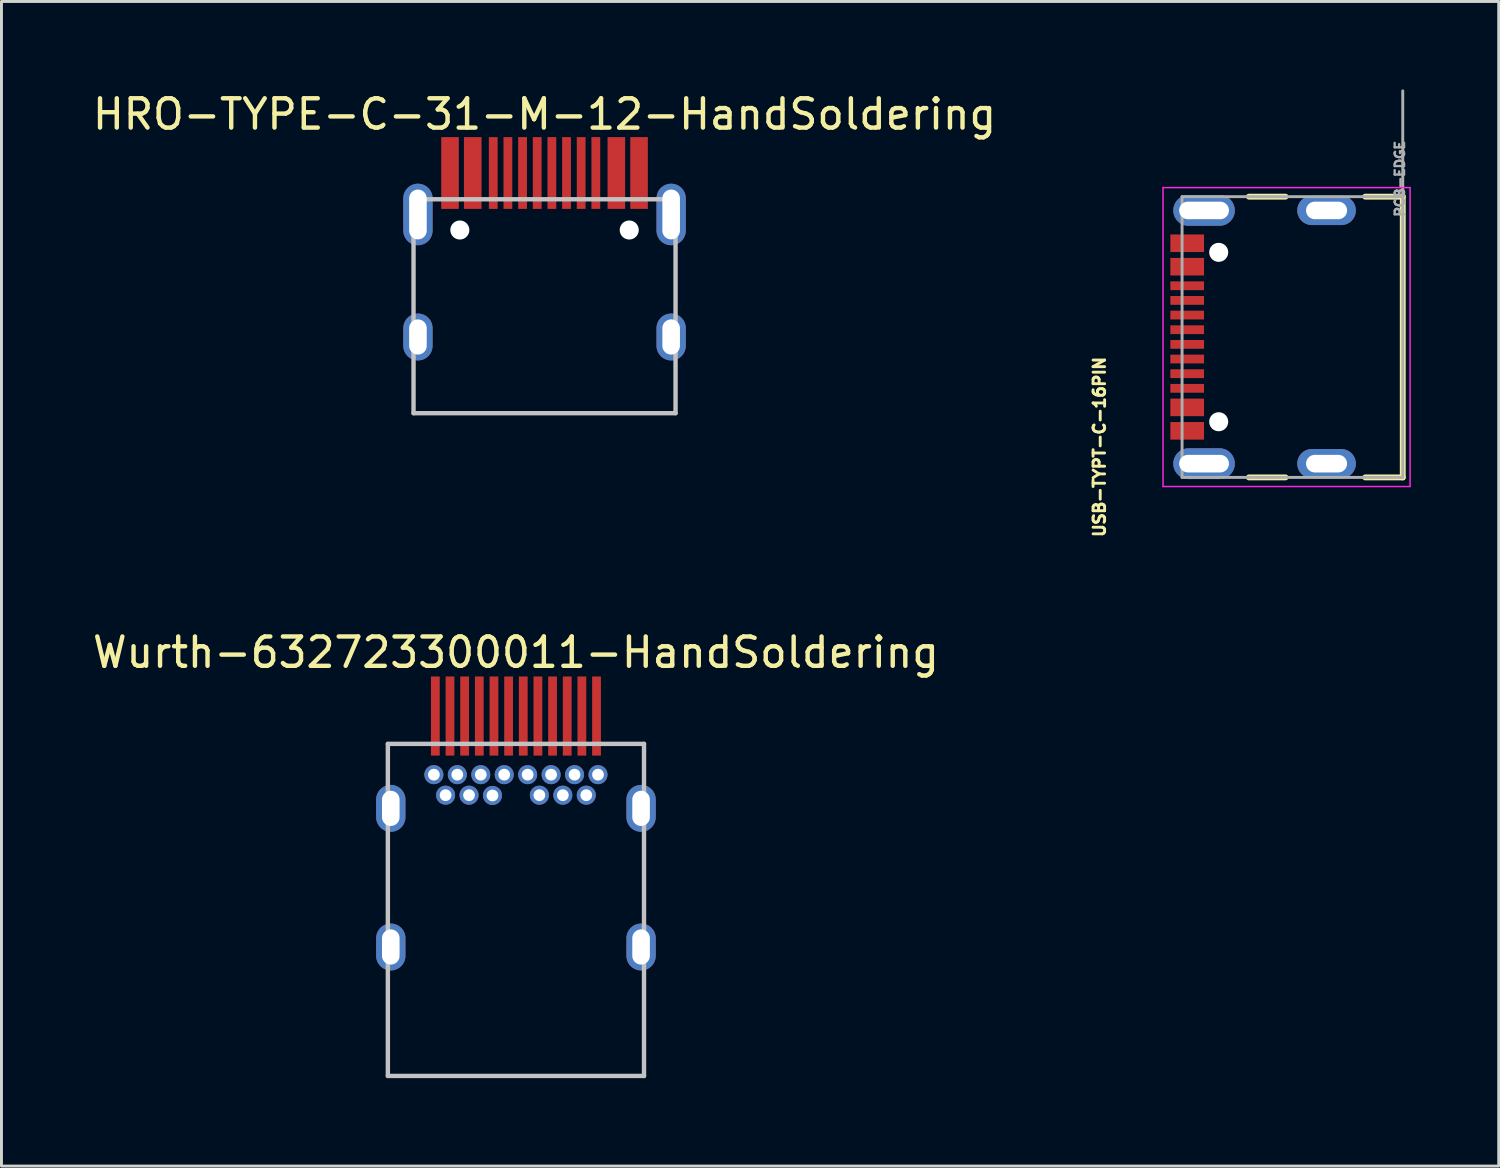
<source format=kicad_pcb>
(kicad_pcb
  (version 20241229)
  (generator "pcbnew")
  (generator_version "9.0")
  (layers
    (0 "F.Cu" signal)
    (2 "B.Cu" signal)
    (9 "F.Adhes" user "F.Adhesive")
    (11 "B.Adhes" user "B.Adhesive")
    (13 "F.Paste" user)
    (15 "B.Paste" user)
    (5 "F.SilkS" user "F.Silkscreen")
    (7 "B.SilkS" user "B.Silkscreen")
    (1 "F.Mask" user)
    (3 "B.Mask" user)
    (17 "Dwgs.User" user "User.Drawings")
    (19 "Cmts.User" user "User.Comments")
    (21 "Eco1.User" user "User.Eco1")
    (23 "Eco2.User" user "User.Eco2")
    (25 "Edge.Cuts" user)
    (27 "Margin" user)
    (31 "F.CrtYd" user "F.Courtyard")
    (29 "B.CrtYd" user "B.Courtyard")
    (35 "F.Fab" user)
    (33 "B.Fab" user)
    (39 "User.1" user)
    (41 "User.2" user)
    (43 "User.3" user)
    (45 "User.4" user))
  (footprint "Wurth-632723300011-HandSoldering"
    (layer "F.Cu")
    (at 14.554 32.712)
    (property "Reference" "Wurth-632723300011-HandSoldering" (at 0 -13.5 0) (layer "F.SilkS") (effects (font (size 1 1) (thickness 0.15))))
    (attr smd)
    (fp_line (start -4.37 -10.38) (end 4.37 -10.38) (stroke (width 0.15) (type solid)) (layer "Dwgs.User"))
    (fp_line (start -4.37 0.95) (end -4.37 -10.38) (stroke (width 0.15) (type solid)) (layer "Dwgs.User"))
    (fp_line (start -4.37 0.95) (end 4.37 0.95) (stroke (width 0.15) (type solid)) (layer "Dwgs.User"))
    (fp_line (start 4.37 0.95) (end 4.37 -10.38) (stroke (width 0.15) (type solid)) (layer "Dwgs.User"))
    (pad "1" smd rect (at -2.75 -11.33) (size 0.3 2.7) (layers "F.Cu" "F.Mask" "F.Paste"))
    (pad "2" smd rect (at -2.25 -11.33) (size 0.3 2.7) (layers "F.Cu" "F.Mask" "F.Paste"))
    (pad "3" smd rect (at -1.75 -11.33) (size 0.3 2.7) (layers "F.Cu" "F.Mask" "F.Paste"))
    (pad "4" smd rect (at -1.25 -11.33) (size 0.3 2.7) (layers "F.Cu" "F.Mask" "F.Paste"))
    (pad "5" smd rect (at -0.75 -11.33) (size 0.3 2.7) (layers "F.Cu" "F.Mask" "F.Paste"))
    (pad "6" smd rect (at -0.25 -11.33) (size 0.3 2.7) (layers "F.Cu" "F.Mask" "F.Paste"))
    (pad "7" smd rect (at 0.25 -11.33) (size 0.3 2.7) (layers "F.Cu" "F.Mask" "F.Paste"))
    (pad "8" smd rect (at 0.75 -11.33) (size 0.3 2.7) (layers "F.Cu" "F.Mask" "F.Paste"))
    (pad "9" smd rect (at 1.25 -11.33) (size 0.3 2.7) (layers "F.Cu" "F.Mask" "F.Paste"))
    (pad "10" smd rect (at 1.75 -11.33) (size 0.3 2.7) (layers "F.Cu" "F.Mask" "F.Paste"))
    (pad "11" smd rect (at 2.25 -11.33) (size 0.3 2.7) (layers "F.Cu" "F.Mask" "F.Paste"))
    (pad "12" smd rect (at 2.75 -11.33) (size 0.3 2.7) (layers "F.Cu" "F.Mask" "F.Paste"))
    (pad "13" thru_hole circle (at 2.8 -9.33) (size 0.65 0.65) (drill 0.4) (layers "*.Cu" "B.Mask"))
    (pad "14" thru_hole circle (at 2.4 -8.63) (size 0.65 0.65) (drill 0.4) (layers "*.Cu" "B.Mask"))
    (pad "15" thru_hole circle (at 1.6 -8.63) (size 0.65 0.65) (drill 0.4) (layers "*.Cu" "B.Mask"))
    (pad "16" thru_hole circle (at 1.2 -9.33) (size 0.65 0.65) (drill 0.4) (layers "*.Cu" "B.Mask"))
    (pad "17" thru_hole circle (at 0.8 -8.63) (size 0.65 0.65) (drill 0.4) (layers "*.Cu" "B.Mask"))
    (pad "18" thru_hole circle (at 0.4 -9.33) (size 0.65 0.65) (drill 0.4) (layers "*.Cu" "B.Mask"))
    (pad "19" thru_hole circle (at -0.4 -9.33) (size 0.65 0.65) (drill 0.4) (layers "*.Cu" "B.Mask"))
    (pad "20" thru_hole circle (at -0.8 -8.62) (size 0.65 0.65) (drill 0.4) (layers "*.Cu" "B.Mask"))
    (pad "21" thru_hole circle (at -1.2 -9.33) (size 0.65 0.65) (drill 0.4) (layers "*.Cu" "B.Mask"))
    (pad "22" thru_hole circle (at -1.6 -8.63) (size 0.65 0.65) (drill 0.4) (layers "*.Cu" "B.Mask"))
    (pad "23" thru_hole circle (at -2.4 -8.63) (size 0.65 0.65) (drill 0.4) (layers "*.Cu" "B.Mask"))
    (pad "24" thru_hole circle (at -2.8 -9.33) (size 0.65 0.65) (drill 0.4) (layers "*.Cu" "B.Mask"))
    (pad "25" thru_hole circle (at -2 -9.33) (size 0.65 0.65) (drill 0.4) (layers "*.Cu" "B.Mask"))
    (pad "25" thru_hole circle (at 2 -9.33) (size 0.65 0.65) (drill 0.4) (layers "*.Cu" "B.Mask"))
    (pad "26" thru_hole oval (at -4.27 -8.18) (size 1 1.6) (drill oval 0.6 1.2) (layers "*.Cu" "B.Mask"))
    (pad "26" thru_hole oval (at -4.27 -3.45) (size 1 1.6) (drill oval 0.6 1.2) (layers "*.Cu" "B.Mask"))
    (pad "26" thru_hole oval (at 4.27 -8.18) (size 1 1.6) (drill oval 0.6 1.2) (layers "*.Cu" "B.Mask"))
    (pad "26" thru_hole oval (at 4.27 -3.45) (size 1 1.6) (drill oval 0.6 1.2) (layers "*.Cu" "B.Mask")))
  (footprint "HRO-TYPE-C-31-M-12-HandSoldering"
    (layer "F.Cu")
    (at 15.53 11.048)
    (property "Reference" "HRO-TYPE-C-31-M-12-HandSoldering" (at 0 -10.2 0) (layer "F.SilkS") (effects (font (size 1 1) (thickness 0.15))))
    (attr smd)
    (fp_line (start -4.47 -7.3) (end 4.47 -7.3) (stroke (width 0.15) (type solid)) (layer "Dwgs.User"))
    (fp_line (start -4.47 0) (end -4.47 -7.3) (stroke (width 0.15) (type solid)) (layer "Dwgs.User"))
    (fp_line (start -4.47 0) (end 4.47 0) (stroke (width 0.15) (type solid)) (layer "Dwgs.User"))
    (fp_line (start 4.47 0) (end 4.47 -7.3) (stroke (width 0.15) (type solid)) (layer "Dwgs.User"))
    (pad "" np_thru_hole circle (at -2.89 -6.25) (size 0.65 0.65) (drill 0.65) (layers "*.Cu" "*.Mask"))
    (pad "" np_thru_hole circle (at 2.89 -6.25) (size 0.65 0.65) (drill 0.65) (layers "*.Cu" "*.Mask"))
    (pad "1" smd rect (at -3.225 -8.195) (size 0.6 2.45) (layers "F.Cu" "F.Mask" "F.Paste"))
    (pad "2" smd rect (at -2.45 -8.195) (size 0.6 2.45) (layers "F.Cu" "F.Mask" "F.Paste"))
    (pad "3" smd rect (at -1.75 -8.195) (size 0.3 2.45) (layers "F.Cu" "F.Mask" "F.Paste"))
    (pad "4" smd rect (at -1.25 -8.195) (size 0.3 2.45) (layers "F.Cu" "F.Mask" "F.Paste"))
    (pad "5" smd rect (at -0.75 -8.195) (size 0.3 2.45) (layers "F.Cu" "F.Mask" "F.Paste"))
    (pad "6" smd rect (at -0.25 -8.195) (size 0.3 2.45) (layers "F.Cu" "F.Mask" "F.Paste"))
    (pad "7" smd rect (at 0.25 -8.195) (size 0.3 2.45) (layers "F.Cu" "F.Mask" "F.Paste"))
    (pad "8" smd rect (at 0.75 -8.195) (size 0.3 2.45) (layers "F.Cu" "F.Mask" "F.Paste"))
    (pad "9" smd rect (at 1.25 -8.195) (size 0.3 2.45) (layers "F.Cu" "F.Mask" "F.Paste"))
    (pad "10" smd rect (at 1.75 -8.195) (size 0.3 2.45) (layers "F.Cu" "F.Mask" "F.Paste"))
    (pad "11" smd rect (at 2.45 -8.195) (size 0.6 2.45) (layers "F.Cu" "F.Mask" "F.Paste"))
    (pad "12" smd rect (at 3.225 -8.195) (size 0.6 2.45) (layers "F.Cu" "F.Mask" "F.Paste"))
    (pad "13" thru_hole oval (at -4.32 -6.78) (size 1 2.1) (drill oval 0.6 1.7) (layers "*.Cu" "B.Mask"))
    (pad "13" thru_hole oval (at -4.32 -2.6) (size 1 1.6) (drill oval 0.6 1.2) (layers "*.Cu" "B.Mask"))
    (pad "13" thru_hole oval (at 4.32 -6.78) (size 1 2.1) (drill oval 0.6 1.7) (layers "*.Cu" "B.Mask"))
    (pad "13" thru_hole oval (at 4.32 -2.6) (size 1 1.6) (drill oval 0.6 1.2) (layers "*.Cu" "B.Mask")))
  (footprint "USB-TYPT-C-16PIN"
    (layer "F.Cu")
    (at 40.943 8.45)
    (property "Reference" "USB-TYPT-C-16PIN" (at -6.48 3.75 90) (layer "F.SilkS") (effects (font (size 0.394 0.394) (thickness 0.15))))
    (attr through_hole)
    (fp_line (start -1.38 -4.79) (end -0.13 -4.79) (stroke (width 0.2) (type solid)) (layer "F.SilkS"))
    (fp_line (start -1.38 4.79) (end -0.13 4.79) (stroke (width 0.2) (type solid)) (layer "F.SilkS"))
    (fp_line (start 2.59 4.79) (end 3.87 4.79) (stroke (width 0.2) (type solid)) (layer "F.SilkS"))
    (fp_line (start 3.87 -4.79) (end 2.59 -4.79) (stroke (width 0.2) (type solid)) (layer "F.SilkS"))
    (fp_line (start 3.87 4.79) (end 3.87 -4.79) (stroke (width 0.2) (type solid)) (layer "F.SilkS"))
    (fp_line (start -4.31 -5.1) (end -4.31 5.1) (stroke (width 0.05) (type solid)) (layer "F.CrtYd"))
    (fp_line (start -4.31 5.1) (end 4.12 5.1) (stroke (width 0.05) (type solid)) (layer "F.CrtYd"))
    (fp_line (start 4.12 -5.1) (end -4.31 -5.1) (stroke (width 0.05) (type solid)) (layer "F.CrtYd"))
    (fp_line (start 4.12 5.1) (end 4.12 -5.1) (stroke (width 0.05) (type solid)) (layer "F.CrtYd"))
    (fp_line (start -3.66 -4.79) (end 3.87 -4.79) (stroke (width 0.1) (type solid)) (layer "F.Fab"))
    (fp_line (start -3.66 4.79) (end -3.66 -4.79) (stroke (width 0.1) (type solid)) (layer "F.Fab"))
    (fp_line (start 3.87 -4.8) (end 3.87 -8.4) (stroke (width 0.1) (type solid)) (layer "F.Fab"))
    (fp_line (start 3.87 -4.79) (end 3.87 4.79) (stroke (width 0.1) (type solid)) (layer "F.Fab"))
    (fp_line (start 3.87 4.79) (end -3.66 4.79) (stroke (width 0.1) (type solid)) (layer "F.Fab"))
    (fp_text user "PCB-EDGE" (at 3.77 -5.4 90) (layer "F.Fab") (effects (font (size 0.32 0.32) (thickness 0.15))))
    (pad "" np_thru_hole circle (at -2.41 -2.89 90) (size 0.65 0.65) (drill 0.65) (layers "*.Cu" "*.Mask"))
    (pad "" np_thru_hole circle (at -2.41 2.89 90) (size 0.65 0.65) (drill 0.65) (layers "*.Cu" "*.Mask"))
    (pad "A1_B12" smd rect (at -3.485 3.2 90) (size 0.6 1.15) (layers "F.Cu" "F.Mask" "F.Paste"))
    (pad "A4_B9" smd rect (at -3.485 2.4 90) (size 0.6 1.15) (layers "F.Cu" "F.Mask" "F.Paste"))
    (pad "A5" smd rect (at -3.485 1.25 90) (size 0.3 1.15) (layers "F.Cu" "F.Mask" "F.Paste"))
    (pad "A6" smd rect (at -3.485 0.25 90) (size 0.3 1.15) (layers "F.Cu" "F.Mask" "F.Paste"))
    (pad "A7" smd rect (at -3.485 -0.25 90) (size 0.3 1.15) (layers "F.Cu" "F.Mask" "F.Paste"))
    (pad "A8" smd rect (at -3.485 -1.25 90) (size 0.3 1.15) (layers "F.Cu" "F.Mask" "F.Paste"))
    (pad "B1_A12" smd rect (at -3.485 -3.2 90) (size 0.6 1.15) (layers "F.Cu" "F.Mask" "F.Paste"))
    (pad "B4_A9" smd rect (at -3.485 -2.4 90) (size 0.6 1.15) (layers "F.Cu" "F.Mask" "F.Paste"))
    (pad "B5" smd rect (at -3.485 -1.75 90) (size 0.3 1.15) (layers "F.Cu" "F.Mask" "F.Paste"))
    (pad "B6" smd rect (at -3.485 -0.75 90) (size 0.3 1.15) (layers "F.Cu" "F.Mask" "F.Paste"))
    (pad "B7" smd rect (at -3.485 0.75 90) (size 0.3 1.15) (layers "F.Cu" "F.Mask" "F.Paste"))
    (pad "B8" smd rect (at -3.485 1.75 90) (size 0.3 1.15) (layers "F.Cu" "F.Mask" "F.Paste"))
    (pad "S1" thru_hole oval (at -2.91 4.32 90) (size 1.05 2.1) (drill oval 0.6 1.7) (layers "*.Cu" "*.Mask"))
    (pad "S2" thru_hole oval (at 1.27 4.32 90) (size 1 2) (drill oval 0.6 1.4) (layers "*.Cu" "*.Mask"))
    (pad "S3" thru_hole oval (at 1.27 -4.32 90) (size 1 2) (drill oval 0.6 1.4) (layers "*.Cu" "*.Mask"))
    (pad "S4" thru_hole oval (at -2.91 -4.32 90) (size 1.05 2.1) (drill oval 0.6 1.7) (layers "*.Cu" "*.Mask")))
  (gr_rect
    (start -3 -3)
    (end 48.088 36.737)
    (stroke (width 0.1) (type default))
    (fill no)
    (layer "Edge.Cuts")))
</source>
